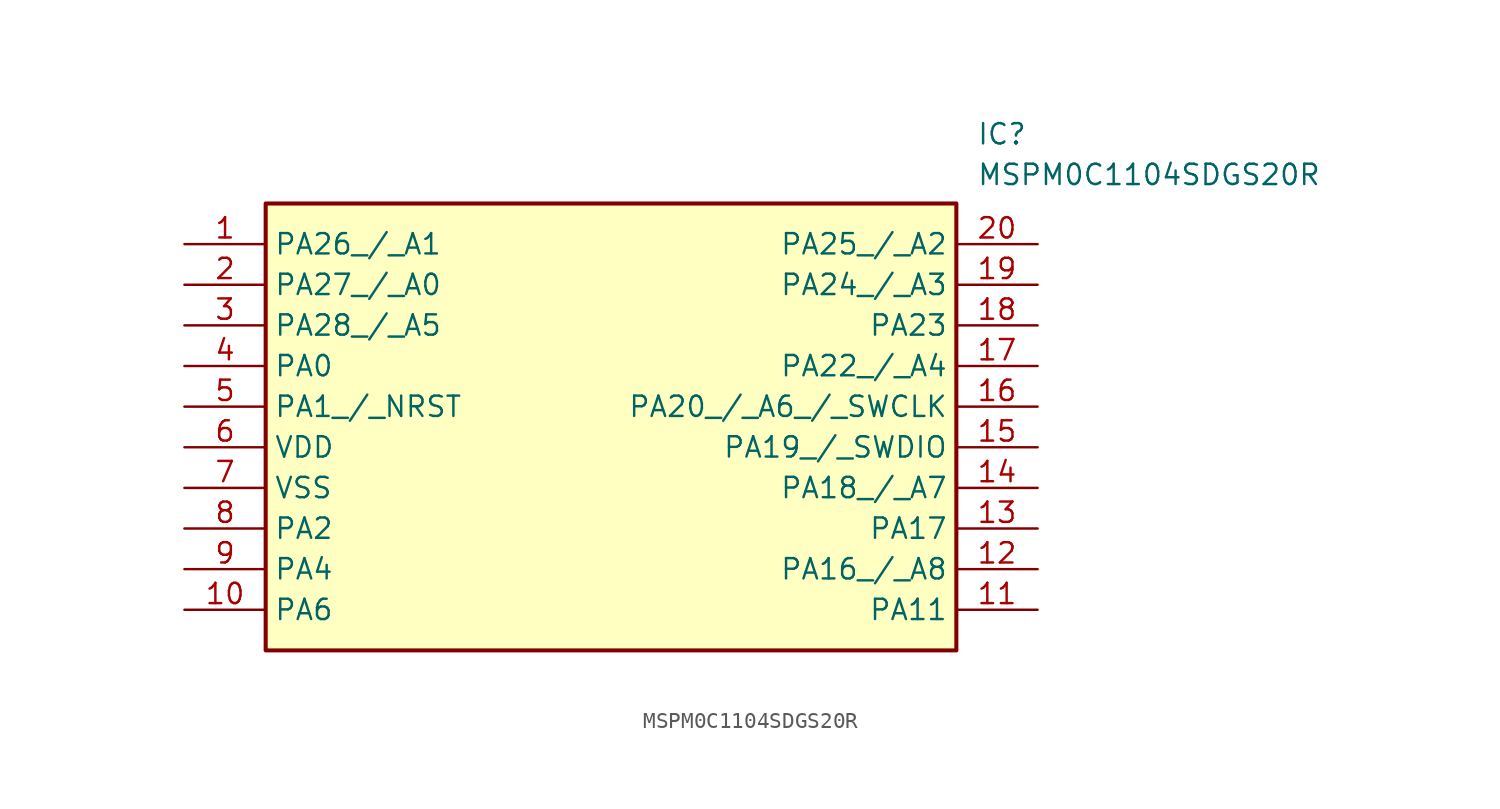
<source format=kicad_sym>
(kicad_symbol_lib
  (version 20211014)
  (generator SamacSys_ECAD_Model)
  (symbol "MSPM0C1104SDGS20R"
    (property "Reference" "IC"
      (at 49.53 7.62 0)
      (effects (font (size 1.27 1.27)) (justify left top)))
    (property "Value" "MSPM0C1104SDGS20R"
      (at 49.53 5.08 0)
      (effects (font (size 1.27 1.27)) (justify left top)))
    (rectangle
      (start 5.08 2.54)
      (end 48.26 -25.4)
      (stroke (width 0.254) (type default))
      (fill (type background)))
    (pin passive line
      (at 0 0 0)
      (length 5.08)
      (name "PA26_/_A1" (effects (font (size 1.27 1.27))))
      (number "1" (effects (font (size 1.27 1.27)))))
    (pin passive line
      (at 0 -2.54 0)
      (length 5.08)
      (name "PA27_/_A0" (effects (font (size 1.27 1.27))))
      (number "2" (effects (font (size 1.27 1.27)))))
    (pin passive line
      (at 0 -5.08 0)
      (length 5.08)
      (name "PA28_/_A5" (effects (font (size 1.27 1.27))))
      (number "3" (effects (font (size 1.27 1.27)))))
    (pin passive line
      (at 0 -7.62 0)
      (length 5.08)
      (name "PA0" (effects (font (size 1.27 1.27))))
      (number "4" (effects (font (size 1.27 1.27)))))
    (pin passive line
      (at 0 -10.16 0)
      (length 5.08)
      (name "PA1_/_NRST" (effects (font (size 1.27 1.27))))
      (number "5" (effects (font (size 1.27 1.27)))))
    (pin passive line
      (at 0 -12.7 0)
      (length 5.08)
      (name "VDD" (effects (font (size 1.27 1.27))))
      (number "6" (effects (font (size 1.27 1.27)))))
    (pin passive line
      (at 0 -15.24 0)
      (length 5.08)
      (name "VSS" (effects (font (size 1.27 1.27))))
      (number "7" (effects (font (size 1.27 1.27)))))
    (pin passive line
      (at 0 -17.78 0)
      (length 5.08)
      (name "PA2" (effects (font (size 1.27 1.27))))
      (number "8" (effects (font (size 1.27 1.27)))))
    (pin passive line
      (at 0 -20.32 0)
      (length 5.08)
      (name "PA4" (effects (font (size 1.27 1.27))))
      (number "9" (effects (font (size 1.27 1.27)))))
    (pin passive line
      (at 0 -22.86 0)
      (length 5.08)
      (name "PA6" (effects (font (size 1.27 1.27))))
      (number "10" (effects (font (size 1.27 1.27)))))
    (pin passive line
      (at 53.34 0 180)
      (length 5.08)
      (name "PA25_/_A2" (effects (font (size 1.27 1.27))))
      (number "20" (effects (font (size 1.27 1.27)))))
    (pin passive line
      (at 53.34 -2.54 180)
      (length 5.08)
      (name "PA24_/_A3" (effects (font (size 1.27 1.27))))
      (number "19" (effects (font (size 1.27 1.27)))))
    (pin passive line
      (at 53.34 -5.08 180)
      (length 5.08)
      (name "PA23" (effects (font (size 1.27 1.27))))
      (number "18" (effects (font (size 1.27 1.27)))))
    (pin passive line
      (at 53.34 -7.62 180)
      (length 5.08)
      (name "PA22_/_A4" (effects (font (size 1.27 1.27))))
      (number "17" (effects (font (size 1.27 1.27)))))
    (pin passive line
      (at 53.34 -10.16 180)
      (length 5.08)
      (name "PA20_/_A6_/_SWCLK" (effects (font (size 1.27 1.27))))
      (number "16" (effects (font (size 1.27 1.27)))))
    (pin passive line
      (at 53.34 -12.7 180)
      (length 5.08)
      (name "PA19_/_SWDIO" (effects (font (size 1.27 1.27))))
      (number "15" (effects (font (size 1.27 1.27)))))
    (pin passive line
      (at 53.34 -15.24 180)
      (length 5.08)
      (name "PA18_/_A7" (effects (font (size 1.27 1.27))))
      (number "14" (effects (font (size 1.27 1.27)))))
    (pin passive line
      (at 53.34 -17.78 180)
      (length 5.08)
      (name "PA17" (effects (font (size 1.27 1.27))))
      (number "13" (effects (font (size 1.27 1.27)))))
    (pin passive line
      (at 53.34 -20.32 180)
      (length 5.08)
      (name "PA16_/_A8" (effects (font (size 1.27 1.27))))
      (number "12" (effects (font (size 1.27 1.27)))))
    (pin passive line
      (at 53.34 -22.86 180)
      (length 5.08)
      (name "PA11" (effects (font (size 1.27 1.27))))
      (number "11" (effects (font (size 1.27 1.27)))))))
</source>
